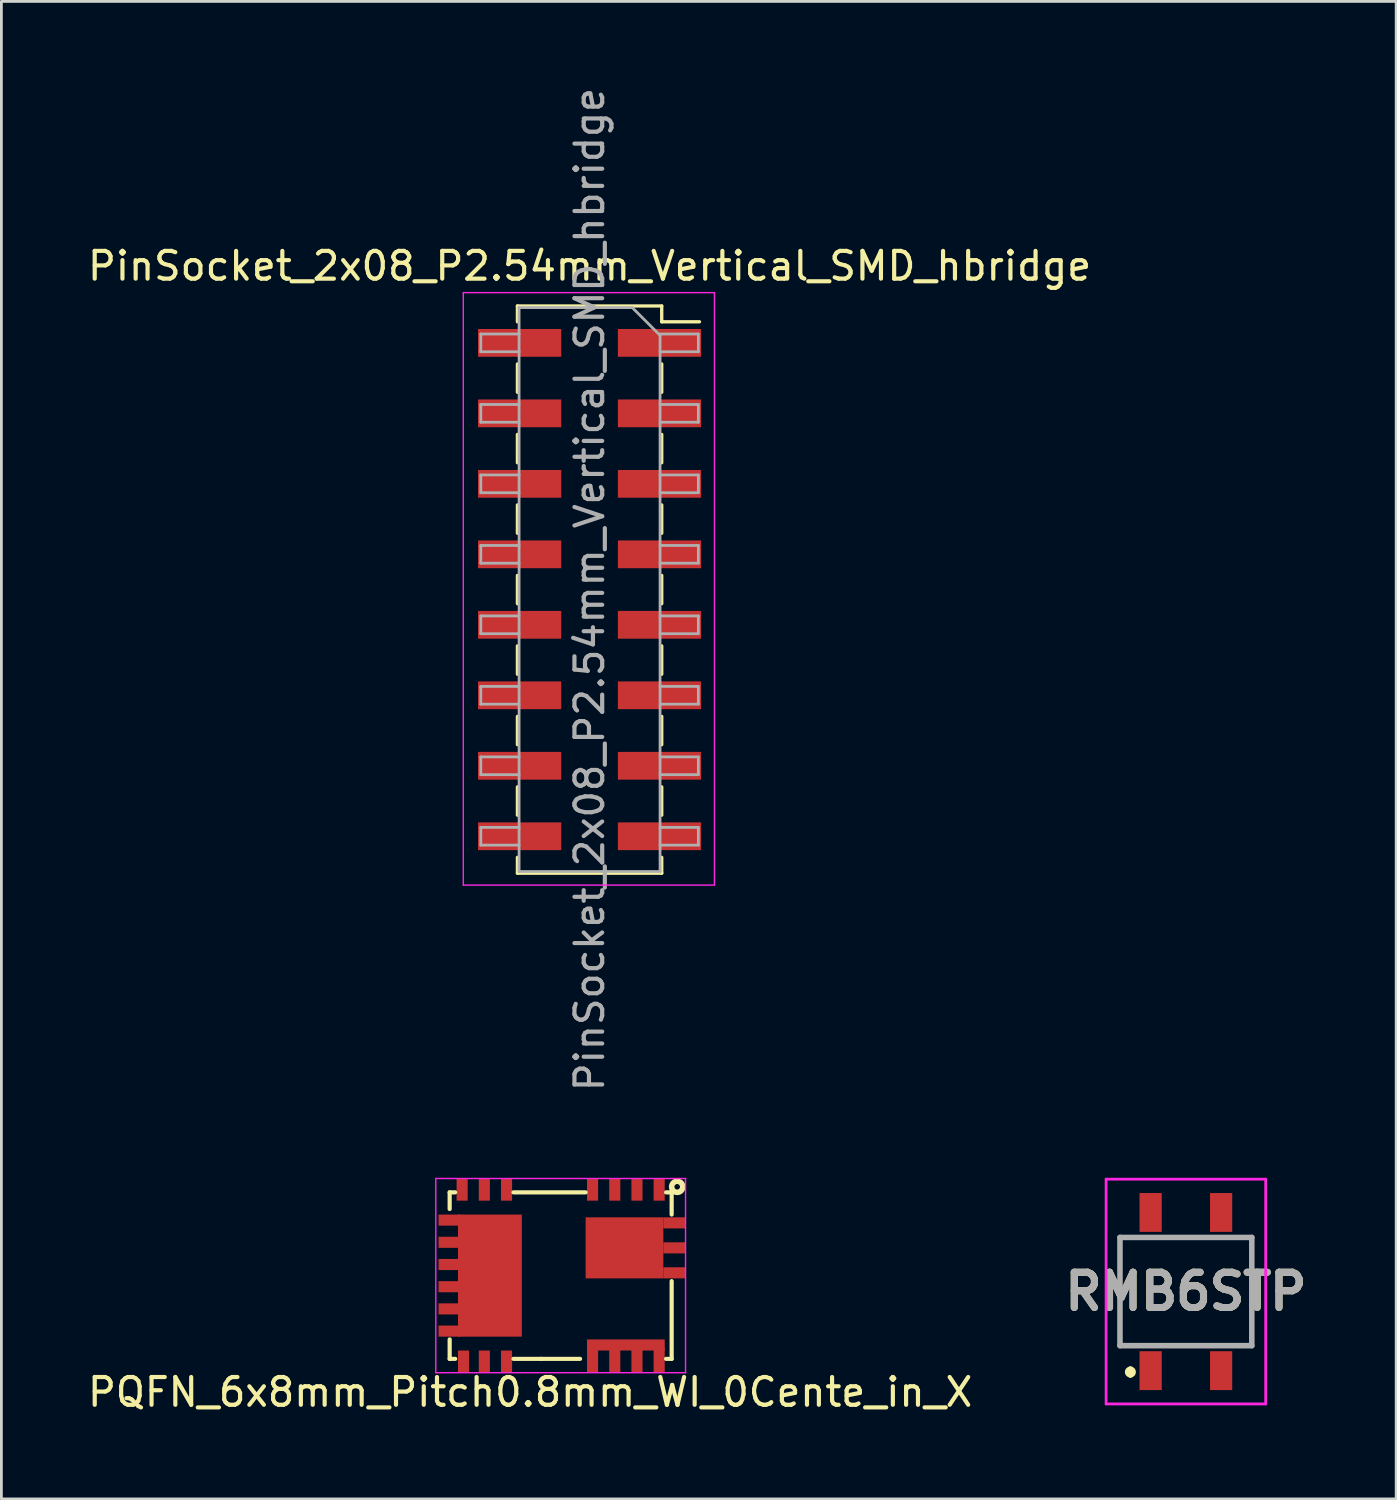
<source format=kicad_pcb>
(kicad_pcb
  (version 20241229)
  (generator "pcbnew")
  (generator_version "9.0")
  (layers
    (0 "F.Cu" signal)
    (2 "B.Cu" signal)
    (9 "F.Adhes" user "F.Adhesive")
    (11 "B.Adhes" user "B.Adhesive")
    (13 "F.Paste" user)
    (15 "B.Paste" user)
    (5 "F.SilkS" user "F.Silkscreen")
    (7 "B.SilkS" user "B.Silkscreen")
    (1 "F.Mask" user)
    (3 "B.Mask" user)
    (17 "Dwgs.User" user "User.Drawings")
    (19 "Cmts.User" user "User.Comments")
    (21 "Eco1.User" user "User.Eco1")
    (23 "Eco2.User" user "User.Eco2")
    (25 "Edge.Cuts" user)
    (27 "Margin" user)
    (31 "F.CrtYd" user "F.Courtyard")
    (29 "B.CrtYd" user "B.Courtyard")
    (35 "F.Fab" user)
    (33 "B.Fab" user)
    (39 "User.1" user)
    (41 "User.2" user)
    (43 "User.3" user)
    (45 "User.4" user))
  (footprint "PinSocket_2x08_P2.54mm_Vertical_SMD_hbridge"
    (layer "F.Cu")
    (at 18.196 18.196)
    (property "Reference" "PinSocket_2x08_P2.54mm_Vertical_SMD_hbridge" (at 0 -11.66 0) (layer "F.SilkS") (effects (font (size 1 1) (thickness 0.15))))
    (attr smd)
    (fp_line (start -2.6 -10.22) (end -2.6 -9.65) (stroke (width 0.12) (type solid)) (layer "F.SilkS"))
    (fp_line (start -2.6 -10.22) (end 2.6 -10.22) (stroke (width 0.12) (type solid)) (layer "F.SilkS"))
    (fp_line (start -2.6 -8.13) (end -2.6 -7.11) (stroke (width 0.12) (type solid)) (layer "F.SilkS"))
    (fp_line (start -2.6 -5.59) (end -2.6 -4.57) (stroke (width 0.12) (type solid)) (layer "F.SilkS"))
    (fp_line (start -2.6 -3.05) (end -2.6 -2.03) (stroke (width 0.12) (type solid)) (layer "F.SilkS"))
    (fp_line (start -2.6 -0.51) (end -2.6 0.51) (stroke (width 0.12) (type solid)) (layer "F.SilkS"))
    (fp_line (start -2.6 2.03) (end -2.6 3.05) (stroke (width 0.12) (type solid)) (layer "F.SilkS"))
    (fp_line (start -2.6 4.57) (end -2.6 5.59) (stroke (width 0.12) (type solid)) (layer "F.SilkS"))
    (fp_line (start -2.6 7.11) (end -2.6 8.13) (stroke (width 0.12) (type solid)) (layer "F.SilkS"))
    (fp_line (start -2.6 9.65) (end -2.6 10.22) (stroke (width 0.12) (type solid)) (layer "F.SilkS"))
    (fp_line (start -2.6 10.22) (end 2.6 10.22) (stroke (width 0.12) (type solid)) (layer "F.SilkS"))
    (fp_line (start 2.6 -10.22) (end 2.6 -9.65) (stroke (width 0.12) (type solid)) (layer "F.SilkS"))
    (fp_line (start 2.6 -9.65) (end 3.96 -9.65) (stroke (width 0.12) (type solid)) (layer "F.SilkS"))
    (fp_line (start 2.6 -8.13) (end 2.6 -7.11) (stroke (width 0.12) (type solid)) (layer "F.SilkS"))
    (fp_line (start 2.6 -5.59) (end 2.6 -4.57) (stroke (width 0.12) (type solid)) (layer "F.SilkS"))
    (fp_line (start 2.6 -3.05) (end 2.6 -2.03) (stroke (width 0.12) (type solid)) (layer "F.SilkS"))
    (fp_line (start 2.6 -0.51) (end 2.6 0.51) (stroke (width 0.12) (type solid)) (layer "F.SilkS"))
    (fp_line (start 2.6 2.03) (end 2.6 3.05) (stroke (width 0.12) (type solid)) (layer "F.SilkS"))
    (fp_line (start 2.6 4.57) (end 2.6 5.59) (stroke (width 0.12) (type solid)) (layer "F.SilkS"))
    (fp_line (start 2.6 7.11) (end 2.6 8.13) (stroke (width 0.12) (type solid)) (layer "F.SilkS"))
    (fp_line (start 2.6 9.65) (end 2.6 10.22) (stroke (width 0.12) (type solid)) (layer "F.SilkS"))
    (fp_line (start -4.55 -10.7) (end 4.5 -10.7) (stroke (width 0.05) (type solid)) (layer "F.CrtYd"))
    (fp_line (start -4.55 10.65) (end -4.55 -10.7) (stroke (width 0.05) (type solid)) (layer "F.CrtYd"))
    (fp_line (start 4.5 -10.7) (end 4.5 10.65) (stroke (width 0.05) (type solid)) (layer "F.CrtYd"))
    (fp_line (start 4.5 10.65) (end -4.55 10.65) (stroke (width 0.05) (type solid)) (layer "F.CrtYd"))
    (fp_line (start -3.92 -9.21) (end -2.54 -9.21) (stroke (width 0.1) (type solid)) (layer "F.Fab"))
    (fp_line (start -3.92 -8.57) (end -3.92 -9.21) (stroke (width 0.1) (type solid)) (layer "F.Fab"))
    (fp_line (start -3.92 -6.67) (end -2.54 -6.67) (stroke (width 0.1) (type solid)) (layer "F.Fab"))
    (fp_line (start -3.92 -6.03) (end -3.92 -6.67) (stroke (width 0.1) (type solid)) (layer "F.Fab"))
    (fp_line (start -3.92 -4.13) (end -2.54 -4.13) (stroke (width 0.1) (type solid)) (layer "F.Fab"))
    (fp_line (start -3.92 -3.49) (end -3.92 -4.13) (stroke (width 0.1) (type solid)) (layer "F.Fab"))
    (fp_line (start -3.92 -1.59) (end -2.54 -1.59) (stroke (width 0.1) (type solid)) (layer "F.Fab"))
    (fp_line (start -3.92 -0.95) (end -3.92 -1.59) (stroke (width 0.1) (type solid)) (layer "F.Fab"))
    (fp_line (start -3.92 0.95) (end -2.54 0.95) (stroke (width 0.1) (type solid)) (layer "F.Fab"))
    (fp_line (start -3.92 1.59) (end -3.92 0.95) (stroke (width 0.1) (type solid)) (layer "F.Fab"))
    (fp_line (start -3.92 3.49) (end -2.54 3.49) (stroke (width 0.1) (type solid)) (layer "F.Fab"))
    (fp_line (start -3.92 4.13) (end -3.92 3.49) (stroke (width 0.1) (type solid)) (layer "F.Fab"))
    (fp_line (start -3.92 6.03) (end -2.54 6.03) (stroke (width 0.1) (type solid)) (layer "F.Fab"))
    (fp_line (start -3.92 6.67) (end -3.92 6.03) (stroke (width 0.1) (type solid)) (layer "F.Fab"))
    (fp_line (start -3.92 8.57) (end -2.54 8.57) (stroke (width 0.1) (type solid)) (layer "F.Fab"))
    (fp_line (start -3.92 9.21) (end -3.92 8.57) (stroke (width 0.1) (type solid)) (layer "F.Fab"))
    (fp_line (start -2.54 -10.16) (end 1.54 -10.16) (stroke (width 0.1) (type solid)) (layer "F.Fab"))
    (fp_line (start -2.54 -8.57) (end -3.92 -8.57) (stroke (width 0.1) (type solid)) (layer "F.Fab"))
    (fp_line (start -2.54 -6.03) (end -3.92 -6.03) (stroke (width 0.1) (type solid)) (layer "F.Fab"))
    (fp_line (start -2.54 -3.49) (end -3.92 -3.49) (stroke (width 0.1) (type solid)) (layer "F.Fab"))
    (fp_line (start -2.54 -0.95) (end -3.92 -0.95) (stroke (width 0.1) (type solid)) (layer "F.Fab"))
    (fp_line (start -2.54 1.59) (end -3.92 1.59) (stroke (width 0.1) (type solid)) (layer "F.Fab"))
    (fp_line (start -2.54 4.13) (end -3.92 4.13) (stroke (width 0.1) (type solid)) (layer "F.Fab"))
    (fp_line (start -2.54 6.67) (end -3.92 6.67) (stroke (width 0.1) (type solid)) (layer "F.Fab"))
    (fp_line (start -2.54 9.21) (end -3.92 9.21) (stroke (width 0.1) (type solid)) (layer "F.Fab"))
    (fp_line (start -2.54 10.16) (end -2.54 -10.16) (stroke (width 0.1) (type solid)) (layer "F.Fab"))
    (fp_line (start 1.54 -10.16) (end 2.54 -9.16) (stroke (width 0.1) (type solid)) (layer "F.Fab"))
    (fp_line (start 2.54 -9.21) (end 3.92 -9.21) (stroke (width 0.1) (type solid)) (layer "F.Fab"))
    (fp_line (start 2.54 -9.16) (end 2.54 10.16) (stroke (width 0.1) (type solid)) (layer "F.Fab"))
    (fp_line (start 2.54 -6.67) (end 3.92 -6.67) (stroke (width 0.1) (type solid)) (layer "F.Fab"))
    (fp_line (start 2.54 -4.13) (end 3.92 -4.13) (stroke (width 0.1) (type solid)) (layer "F.Fab"))
    (fp_line (start 2.54 -1.59) (end 3.92 -1.59) (stroke (width 0.1) (type solid)) (layer "F.Fab"))
    (fp_line (start 2.54 0.95) (end 3.92 0.95) (stroke (width 0.1) (type solid)) (layer "F.Fab"))
    (fp_line (start 2.54 3.49) (end 3.92 3.49) (stroke (width 0.1) (type solid)) (layer "F.Fab"))
    (fp_line (start 2.54 6.03) (end 3.92 6.03) (stroke (width 0.1) (type solid)) (layer "F.Fab"))
    (fp_line (start 2.54 8.57) (end 3.92 8.57) (stroke (width 0.1) (type solid)) (layer "F.Fab"))
    (fp_line (start 2.54 10.16) (end -2.54 10.16) (stroke (width 0.1) (type solid)) (layer "F.Fab"))
    (fp_line (start 3.92 -9.21) (end 3.92 -8.57) (stroke (width 0.1) (type solid)) (layer "F.Fab"))
    (fp_line (start 3.92 -8.57) (end 2.54 -8.57) (stroke (width 0.1) (type solid)) (layer "F.Fab"))
    (fp_line (start 3.92 -6.67) (end 3.92 -6.03) (stroke (width 0.1) (type solid)) (layer "F.Fab"))
    (fp_line (start 3.92 -6.03) (end 2.54 -6.03) (stroke (width 0.1) (type solid)) (layer "F.Fab"))
    (fp_line (start 3.92 -4.13) (end 3.92 -3.49) (stroke (width 0.1) (type solid)) (layer "F.Fab"))
    (fp_line (start 3.92 -3.49) (end 2.54 -3.49) (stroke (width 0.1) (type solid)) (layer "F.Fab"))
    (fp_line (start 3.92 -1.59) (end 3.92 -0.95) (stroke (width 0.1) (type solid)) (layer "F.Fab"))
    (fp_line (start 3.92 -0.95) (end 2.54 -0.95) (stroke (width 0.1) (type solid)) (layer "F.Fab"))
    (fp_line (start 3.92 0.95) (end 3.92 1.59) (stroke (width 0.1) (type solid)) (layer "F.Fab"))
    (fp_line (start 3.92 1.59) (end 2.54 1.59) (stroke (width 0.1) (type solid)) (layer "F.Fab"))
    (fp_line (start 3.92 3.49) (end 3.92 4.13) (stroke (width 0.1) (type solid)) (layer "F.Fab"))
    (fp_line (start 3.92 4.13) (end 2.54 4.13) (stroke (width 0.1) (type solid)) (layer "F.Fab"))
    (fp_line (start 3.92 6.03) (end 3.92 6.67) (stroke (width 0.1) (type solid)) (layer "F.Fab"))
    (fp_line (start 3.92 6.67) (end 2.54 6.67) (stroke (width 0.1) (type solid)) (layer "F.Fab"))
    (fp_line (start 3.92 8.57) (end 3.92 9.21) (stroke (width 0.1) (type solid)) (layer "F.Fab"))
    (fp_line (start 3.92 9.21) (end 2.54 9.21) (stroke (width 0.1) (type solid)) (layer "F.Fab"))
    (fp_text user "${REFERENCE}" (at 0 0 90) (layer "F.Fab") (effects (font (size 1 1) (thickness 0.15))))
    (pad "1" smd rect (at 2.52 -8.89) (size 3 1) (layers "F.Cu" "F.Mask" "F.Paste"))
    (pad "2" smd rect (at -2.52 -8.89) (size 3 1) (layers "F.Cu" "F.Mask" "F.Paste"))
    (pad "3" smd rect (at 2.52 -6.35) (size 3 1) (layers "F.Cu" "F.Mask" "F.Paste"))
    (pad "4" smd rect (at -2.52 -6.35) (size 3 1) (layers "F.Cu" "F.Mask" "F.Paste"))
    (pad "5" smd rect (at 2.52 -3.81) (size 3 1) (layers "F.Cu" "F.Mask" "F.Paste"))
    (pad "6" smd rect (at -2.52 -3.81) (size 3 1) (layers "F.Cu" "F.Mask" "F.Paste"))
    (pad "7" smd rect (at 2.52 -1.27) (size 3 1) (layers "F.Cu" "F.Mask" "F.Paste"))
    (pad "8" smd rect (at -2.52 -1.27) (size 3 1) (layers "F.Cu" "F.Mask" "F.Paste"))
    (pad "9" smd rect (at 2.52 1.27) (size 3 1) (layers "F.Cu" "F.Mask" "F.Paste"))
    (pad "10" smd rect (at -2.52 1.27) (size 3 1) (layers "F.Cu" "F.Mask" "F.Paste"))
    (pad "11" smd rect (at 2.52 3.81) (size 3 1) (layers "F.Cu" "F.Mask" "F.Paste"))
    (pad "12" smd rect (at -2.52 3.81) (size 3 1) (layers "F.Cu" "F.Mask" "F.Paste"))
    (pad "13" smd rect (at 2.52 6.35) (size 3 1) (layers "F.Cu" "F.Mask" "F.Paste"))
    (pad "14" smd rect (at -2.52 6.35) (size 3 1) (layers "F.Cu" "F.Mask" "F.Paste"))
    (pad "15" smd rect (at 2.52 8.89) (size 3 1) (layers "F.Cu" "F.Mask" "F.Paste"))
    (pad "16" smd rect (at -2.52 8.89) (size 3 1) (layers "F.Cu" "F.Mask" "F.Paste")))
  (footprint "RMB6STP"
    (layer "F.Cu")
    (at 39.685 43.493)
    (property "Reference" "RMB6STP" (at 0 0 0) (layer "F.SilkS") (effects (font (size 1.27 1.27) (thickness 0.254))))
    (attr smd)
    (fp_line (start -2.375 -1.95) (end -2 -1.95) (stroke (width 0.1) (type solid)) (layer "F.SilkS"))
    (fp_line (start -2.375 1.95) (end -2.375 -1.95) (stroke (width 0.1) (type solid)) (layer "F.SilkS"))
    (fp_line (start -2 1.95) (end -2.375 1.95) (stroke (width 0.1) (type solid)) (layer "F.SilkS"))
    (fp_line (start -2 2.8) (end -2 2.8) (stroke (width 0.2) (type solid)) (layer "F.SilkS"))
    (fp_line (start -2 3) (end -2 3) (stroke (width 0.2) (type solid)) (layer "F.SilkS"))
    (fp_line (start -0.5 -1.95) (end 0.5 -1.95) (stroke (width 0.1) (type solid)) (layer "F.SilkS"))
    (fp_line (start -0.5 1.95) (end 0.5 1.95) (stroke (width 0.1) (type solid)) (layer "F.SilkS"))
    (fp_line (start 2 1.95) (end 2.375 1.95) (stroke (width 0.1) (type solid)) (layer "F.SilkS"))
    (fp_line (start 2.375 -1.95) (end 2 -1.95) (stroke (width 0.1) (type solid)) (layer "F.SilkS"))
    (fp_line (start 2.375 1.95) (end 2.375 -1.95) (stroke (width 0.1) (type solid)) (layer "F.SilkS"))
    (fp_arc (start -2 2.8) (mid -1.9 2.9) (end -2 3) (stroke (width 0.2) (type solid)) (layer "F.SilkS"))
    (fp_arc (start -2 3) (mid -2.1 2.9) (end -2 2.8) (stroke (width 0.2) (type solid)) (layer "F.SilkS"))
    (fp_line (start -2.875 -4.05) (end -2.875 4.05) (stroke (width 0.1) (type solid)) (layer "F.CrtYd"))
    (fp_line (start -2.875 4.05) (end 2.875 4.05) (stroke (width 0.1) (type solid)) (layer "F.CrtYd"))
    (fp_line (start 2.875 -4.05) (end -2.875 -4.05) (stroke (width 0.1) (type solid)) (layer "F.CrtYd"))
    (fp_line (start 2.875 4.05) (end 2.875 -4.05) (stroke (width 0.1) (type solid)) (layer "F.CrtYd"))
    (fp_line (start -2.375 -1.95) (end -2.375 1.95) (stroke (width 0.2) (type solid)) (layer "F.Fab"))
    (fp_line (start -2.375 1.95) (end 2.375 1.95) (stroke (width 0.2) (type solid)) (layer "F.Fab"))
    (fp_line (start 2.375 -1.95) (end -2.375 -1.95) (stroke (width 0.2) (type solid)) (layer "F.Fab"))
    (fp_line (start 2.375 1.95) (end 2.375 -1.95) (stroke (width 0.2) (type solid)) (layer "F.Fab"))
    (fp_text user "${REFERENCE}" (at 0 0 0) (layer "F.Fab") (effects (font (size 1.27 1.27) (thickness 0.254))))
    (pad "1" smd rect (at -1.27 2.85) (size 0.8 1.4) (layers "F.Cu" "F.Mask" "F.Paste"))
    (pad "2" smd rect (at 1.27 2.85) (size 0.8 1.4) (layers "F.Cu" "F.Mask" "F.Paste"))
    (pad "3" smd rect (at -1.27 -2.85) (size 0.8 1.4) (layers "F.Cu" "F.Mask" "F.Paste"))
    (pad "4" smd rect (at 1.27 -2.85) (size 0.8 1.4) (layers "F.Cu" "F.Mask" "F.Paste")))
  (footprint "PQFN_6x8mm_Pitch0.8mm_WI_0Cente_in_X"
    (layer "F.Cu")
    (at 17.154 42.918)
    (property "Reference" "PQFN_6x8mm_Pitch0.8mm_WI_0Cente_in_X" (at -1.1 4.2 0) (layer "F.SilkS") (effects (font (size 1 1) (thickness 0.15))))
    (attr smd)
    (fp_line (start -4 -3) (end -3.8 -3) (stroke (width 0.15) (type solid)) (layer "F.SilkS"))
    (fp_line (start -4 -2.4) (end -4 -3) (stroke (width 0.15) (type solid)) (layer "F.SilkS"))
    (fp_line (start -4 3) (end -4 2.3) (stroke (width 0.15) (type solid)) (layer "F.SilkS"))
    (fp_line (start -3.8 3) (end -4 3) (stroke (width 0.15) (type solid)) (layer "F.SilkS"))
    (fp_line (start -1.7 -3) (end 0.9 -3) (stroke (width 0.15) (type solid)) (layer "F.SilkS"))
    (fp_line (start -0.7 3) (end -1.7 3) (stroke (width 0.15) (type solid)) (layer "F.SilkS"))
    (fp_line (start 0.7 3) (end -0.7 3) (stroke (width 0.15) (type solid)) (layer "F.SilkS"))
    (fp_line (start 4 -3) (end 3.8 -3) (stroke (width 0.15) (type solid)) (layer "F.SilkS"))
    (fp_line (start 4 -3) (end 4 -2.2) (stroke (width 0.15) (type solid)) (layer "F.SilkS"))
    (fp_line (start 4 0.2) (end 4 3) (stroke (width 0.15) (type solid)) (layer "F.SilkS"))
    (fp_line (start 4 3) (end 3.8 3) (stroke (width 0.15) (type solid)) (layer "F.SilkS"))
    (fp_circle (center 4.2 -3.2) (end 4.4 -3.2) (stroke (width 0.2) (type solid)) (fill no) (layer "F.SilkS"))
    (fp_line (start -4.5 -3.5) (end -4.5 3.5) (stroke (width 0.05) (type solid)) (layer "F.CrtYd"))
    (fp_line (start -4.5 3.5) (end 4.5 3.5) (stroke (width 0.05) (type solid)) (layer "F.CrtYd"))
    (fp_line (start 4.5 -3.5) (end -4.5 -3.5) (stroke (width 0.05) (type solid)) (layer "F.CrtYd"))
    (fp_line (start 4.5 3.5) (end 4.5 -3.5) (stroke (width 0.05) (type solid)) (layer "F.CrtYd"))
    (pad "1" smd rect (at 3.55 -3.1 270) (size 0.8 0.4) (layers "F.Cu" "F.Mask" "F.Paste"))
    (pad "2" smd rect (at 2.75 -3.1 270) (size 0.8 0.4) (layers "F.Cu" "F.Mask" "F.Paste"))
    (pad "3" smd rect (at 1.95 -3.1 270) (size 0.8 0.4) (layers "F.Cu" "F.Mask" "F.Paste"))
    (pad "4" smd rect (at 1.15 -3.1 270) (size 0.8 0.4) (layers "F.Cu" "F.Mask" "F.Paste"))
    (pad "5" smd rect (at -1.95 -3.1 270) (size 0.8 0.4) (layers "F.Cu" "F.Mask" "F.Paste"))
    (pad "6" smd rect (at -2.75 -3.1 270) (size 0.8 0.4) (layers "F.Cu" "F.Mask" "F.Paste"))
    (pad "7" smd rect (at -3.55 -3.1 270) (size 0.8 0.4) (layers "F.Cu" "F.Mask" "F.Paste"))
    (pad "8" smd rect (at -4 -2) (size 0.8 0.4) (layers "F.Cu" "F.Mask" "F.Paste"))
    (pad "8" smd rect (at -4 -1.2) (size 0.8 0.4) (layers "F.Cu" "F.Mask" "F.Paste"))
    (pad "8" smd rect (at -4 -0.4 180) (size 0.8 0.4) (layers "F.Cu" "F.Mask" "F.Paste"))
    (pad "8" smd rect (at -4 0.4) (size 0.8 0.4) (layers "F.Cu" "F.Mask" "F.Paste"))
    (pad "8" smd rect (at -4 1.2) (size 0.8 0.4) (layers "F.Cu" "F.Mask" "F.Paste"))
    (pad "8" smd rect (at -4 2) (size 0.8 0.4) (layers "F.Cu" "F.Mask" "F.Paste"))
    (pad "8" smd rect (at -2.55 0) (size 2.3 4.4) (layers "F.Cu" "F.Mask" "F.Paste"))
    (pad "9" smd rect (at -3.5 3.1 90) (size 0.8 0.4) (layers "F.Cu" "F.Mask" "F.Paste"))
    (pad "10" smd rect (at -2.75 3.1 90) (size 0.8 0.4) (layers "F.Cu" "F.Mask" "F.Paste"))
    (pad "11" smd rect (at -1.95 3.1 90) (size 0.8 0.4) (layers "F.Cu" "F.Mask" "F.Paste"))
    (pad "12" smd rect (at 1.15 3.05 90) (size 0.9 0.4) (layers "F.Cu" "F.Mask" "F.Paste"))
    (pad "12" smd rect (at 1.95 3.05 90) (size 0.9 0.4) (layers "F.Cu" "F.Mask" "F.Paste"))
    (pad "12" smd rect (at 2.35 2.5) (size 2.8 0.4) (layers "F.Cu" "F.Mask" "F.Paste"))
    (pad "12" smd rect (at 2.75 3.05 90) (size 0.9 0.4) (layers "F.Cu" "F.Mask" "F.Paste"))
    (pad "12" smd rect (at 3.55 3.05 270) (size 0.9 0.4) (layers "F.Cu" "F.Mask" "F.Paste"))
    (pad "13" smd rect (at 2.3 -1) (size 2.8 2.2) (layers "F.Cu" "F.Mask" "F.Paste"))
    (pad "13" smd rect (at 4.1 -1.9 180) (size 0.8 0.4) (layers "F.Cu" "F.Mask" "F.Paste"))
    (pad "13" smd rect (at 4.1 -1 180) (size 0.8 0.4) (layers "F.Cu" "F.Mask" "F.Paste"))
    (pad "13" smd rect (at 4.1 -0.1 180) (size 0.8 0.4) (layers "F.Cu" "F.Mask" "F.Paste")))
  (gr_rect
    (start -3 -3)
    (end 47.263 50.966)
    (stroke (width 0.1) (type default))
    (fill no)
    (layer "Edge.Cuts")))
</source>
